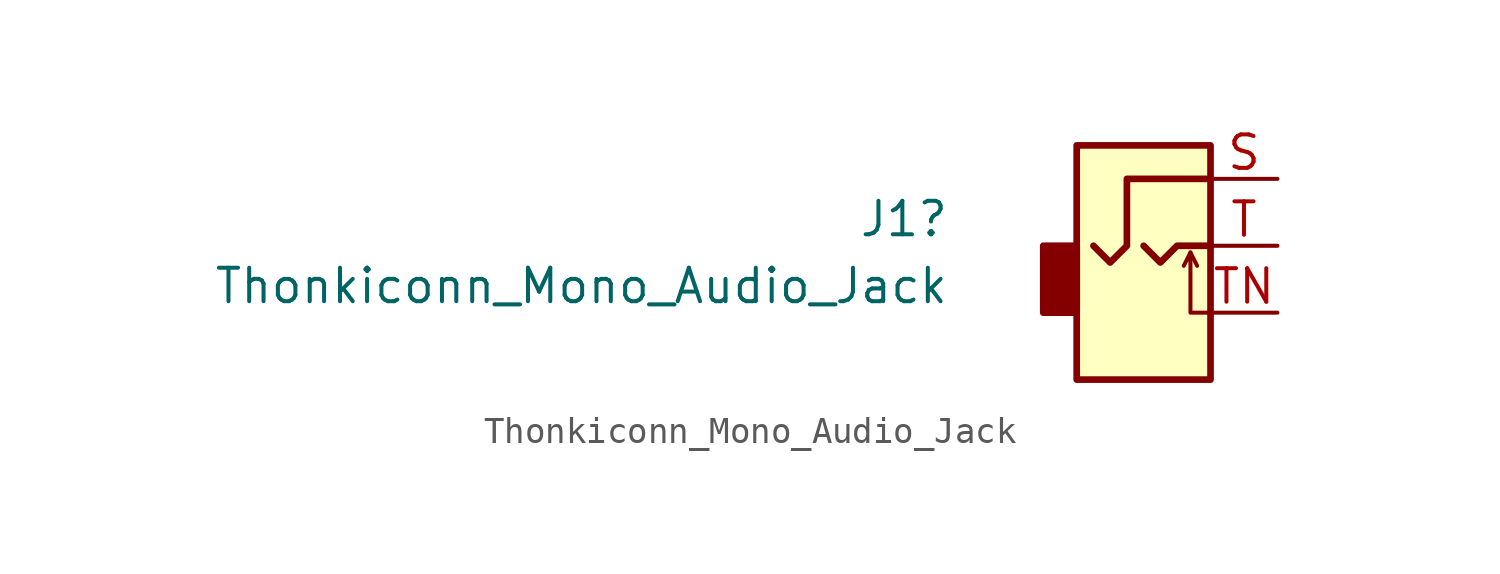
<source format=kicad_sym>
(kicad_symbol_lib
  (version 20241209)
  (generator "kicad_symbol_editor")
  (generator_version "9.0")
  (symbol "Thonkiconn_Mono_Audio_Jack"
    (property "Reference" "J1"
      (at -7.366 1.016 0)
      (effects (font (size 1.27 1.27)) (justify right)))
    (property "Value" "Thonkiconn_Mono_Audio_Jack"
      (at -7.366 -1.524 0)
      (effects (font (size 1.27 1.27)) (justify right)))
    (symbol "Thonkiconn_Mono_Audio_Jack_0_1"
      (rectangle (start -2.54 0) (end -3.81 -2.54) (stroke (width 0.254) (type default)) (fill (type outline)))
      (polyline (pts (xy 0 0) (xy 0.635 -0.635) (xy 1.27 0) (xy 2.54 0)) (stroke (width 0.254) (type default)) (fill (type none)))
      (polyline (pts (xy 1.778 -0.254) (xy 2.032 -0.762)) (stroke (width 0) (type default)) (fill (type none)))
      (rectangle (start 2.54 3.81) (end -2.54 -5.08) (stroke (width 0.254) (type default)) (fill (type background)))
      (polyline (pts (xy 2.54 2.54) (xy -0.635 2.54) (xy -0.635 0) (xy -1.27 -0.635) (xy -1.905 0)) (stroke (width 0.254) (type default)) (fill (type none)))
      (polyline (pts (xy 2.54 -2.54) (xy 1.778 -2.54) (xy 1.778 -0.254) (xy 1.524 -0.762)) (stroke (width 0) (type default)) (fill (type none))))
    (symbol "Thonkiconn_Mono_Audio_Jack_1_1"
      (pin passive line (at 5.08 2.54 180) (length 2.54) (name "~" (effects (font (size 1.27 1.27)))) (number "S" (effects (font (size 1.27 1.27)))))
      (pin passive line (at 5.08 0 180) (length 2.54) (name "~" (effects (font (size 1.27 1.27)))) (number "T" (effects (font (size 1.27 1.27)))))
      (pin passive line (at 5.08 -2.54 180) (length 2.54) (name "~" (effects (font (size 1.27 1.27)))) (number "TN" (effects (font (size 1.27 1.27))))))))
</source>
